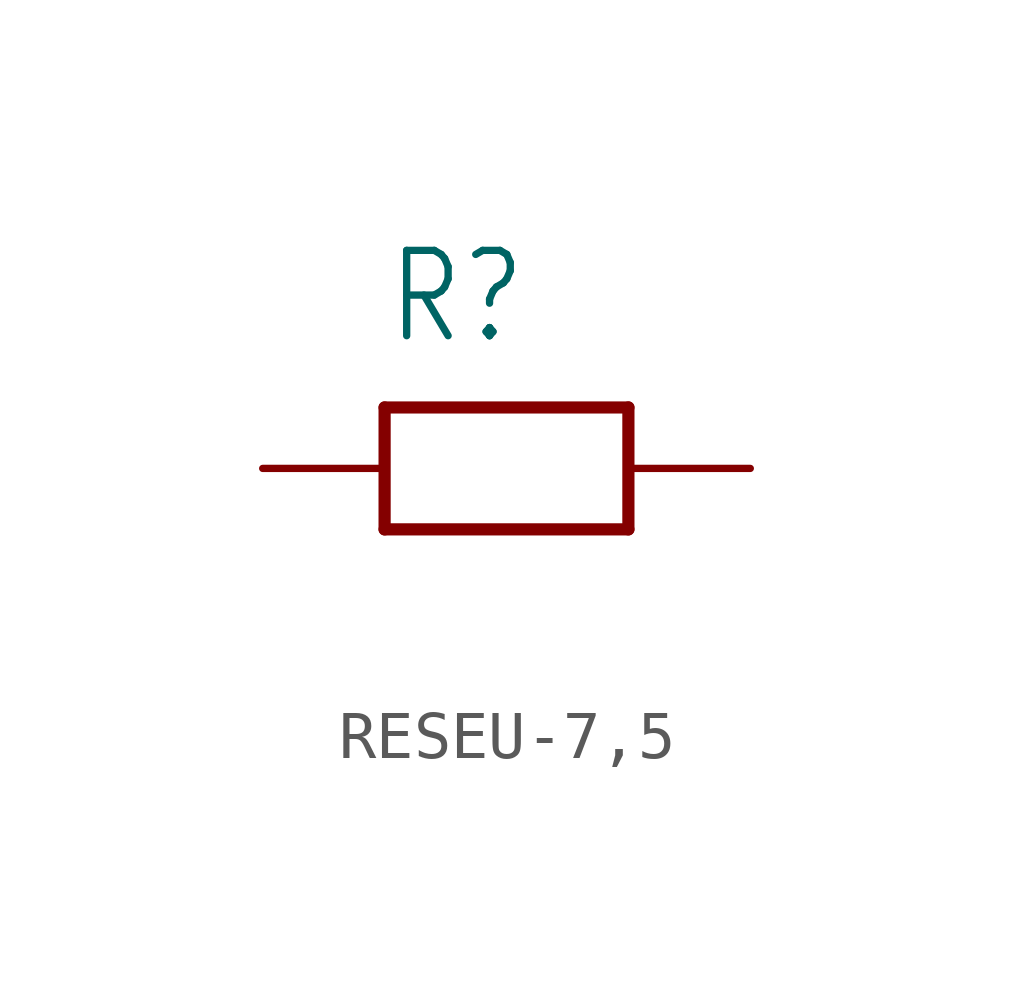
<source format=kicad_sym>
(kicad_symbol_lib
  (version 20220914)
  (generator kicad_symbol_editor)
  (symbol "RESEU-7,5"
    (property "Reference" "R"
      (at -2.54 2.54 0)
      (effects (font (size 1.778 1.511)) (justify left bottom)))
    (property "Value" ""
      (at -2.54 -3.81 0)
      (effects (font (size 1.778 1.511)) (justify left bottom)))
    (property "ki_locked" ""
      (at 0 0 0)
      (effects (font (size 1.27 1.27))))
    (symbol "RESEU-7,5_1_0"
      (polyline (pts (xy -2.54 -1.27) (xy 2.54 -1.27)) (stroke (width 0.254) (type solid)) (fill (type none)))
      (polyline (pts (xy -2.54 1.27) (xy -2.54 -1.27)) (stroke (width 0.254) (type solid)) (fill (type none)))
      (polyline (pts (xy 2.54 -1.27) (xy 2.54 1.27)) (stroke (width 0.254) (type solid)) (fill (type none)))
      (polyline (pts (xy 2.54 1.27) (xy -2.54 1.27)) (stroke (width 0.254) (type solid)) (fill (type none)))
      (pin passive line (at -5.08 0 0) (length 2.54) (name "1" (effects (font (size 0 0)))) (number "1" (effects (font (size 0 0)))))
      (pin passive line (at 5.08 0 180) (length 2.54) (name "2" (effects (font (size 0 0)))) (number "2" (effects (font (size 0 0))))))))
</source>
